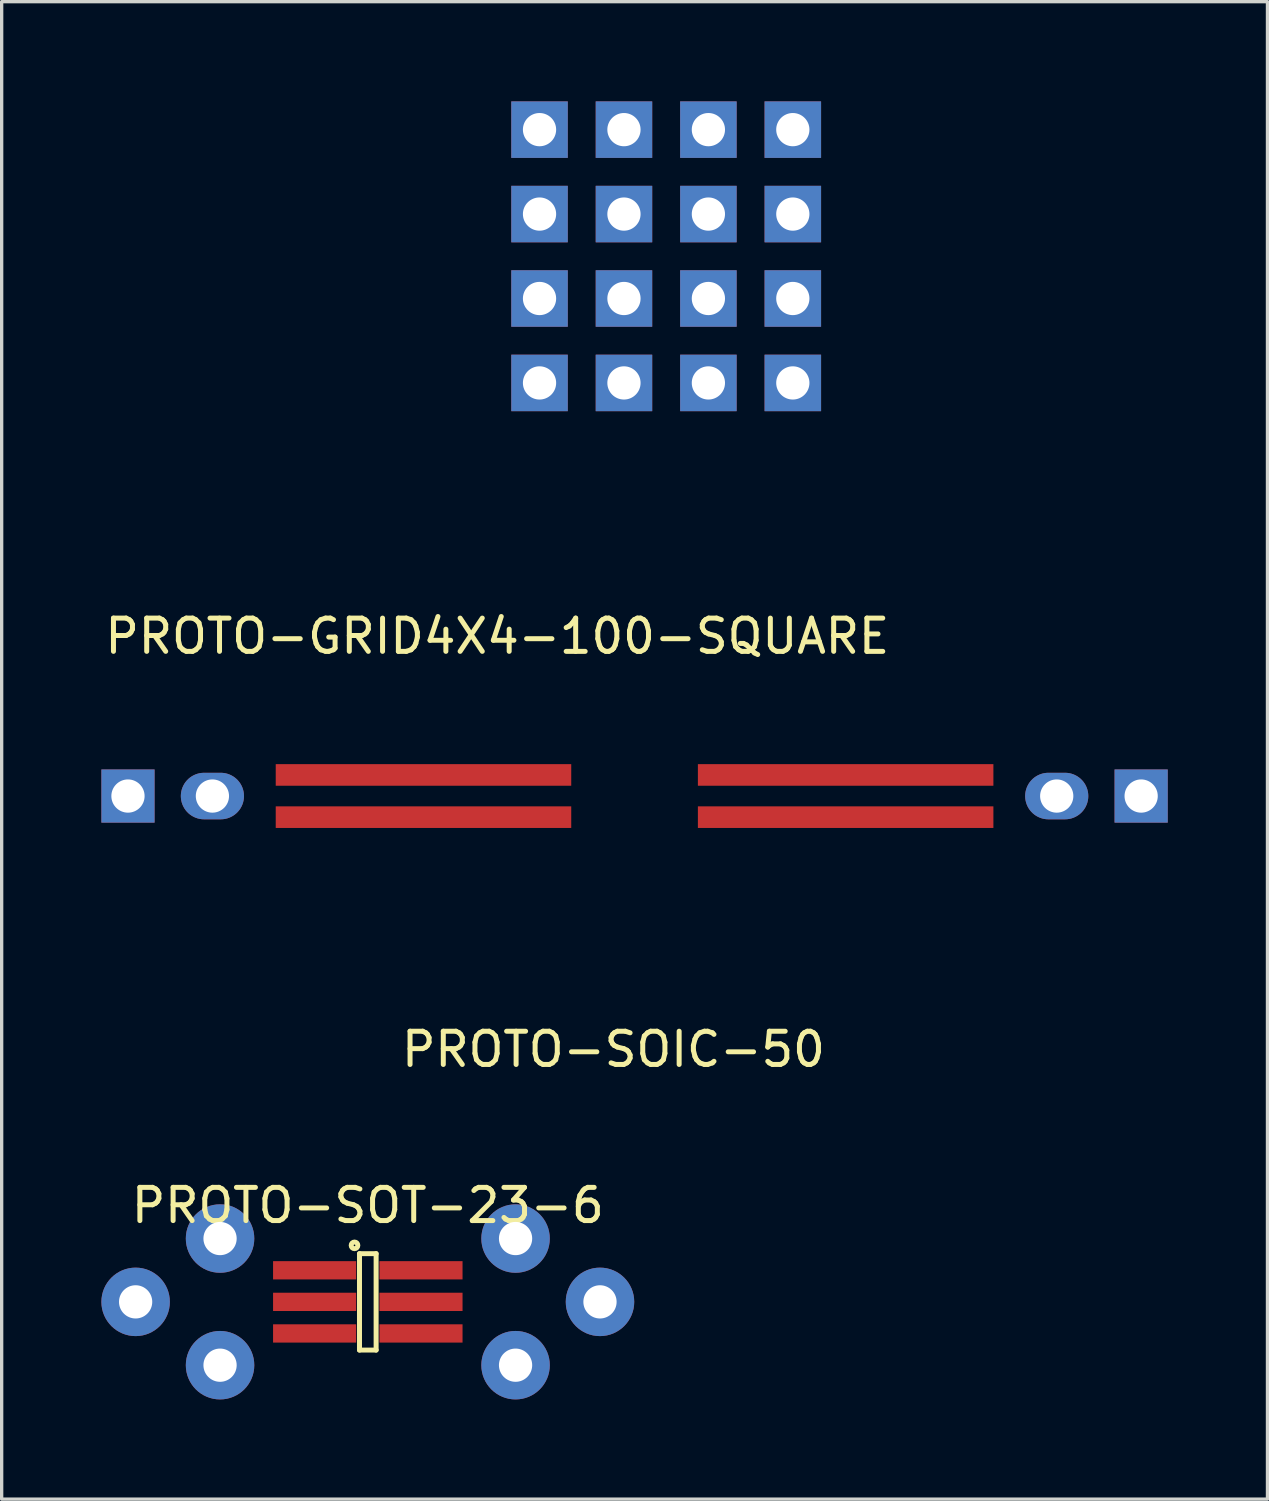
<source format=kicad_pcb>
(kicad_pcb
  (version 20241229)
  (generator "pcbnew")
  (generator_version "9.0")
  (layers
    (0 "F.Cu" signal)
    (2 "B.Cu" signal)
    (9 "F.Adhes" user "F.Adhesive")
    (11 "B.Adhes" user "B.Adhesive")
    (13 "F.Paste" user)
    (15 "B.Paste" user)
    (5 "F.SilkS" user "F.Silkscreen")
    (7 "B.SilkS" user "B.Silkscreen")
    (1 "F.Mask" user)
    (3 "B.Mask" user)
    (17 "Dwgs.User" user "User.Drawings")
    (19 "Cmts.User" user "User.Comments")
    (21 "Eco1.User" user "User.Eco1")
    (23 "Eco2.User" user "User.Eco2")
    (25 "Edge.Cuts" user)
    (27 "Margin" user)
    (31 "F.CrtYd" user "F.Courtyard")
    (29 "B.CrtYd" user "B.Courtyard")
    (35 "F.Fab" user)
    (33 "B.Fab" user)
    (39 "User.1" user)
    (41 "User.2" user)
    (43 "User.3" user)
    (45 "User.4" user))
  (footprint "PROTO-SOT-23-6"
    (layer "F.Cu")
    (at 8.015 36.115)
    (property "Reference" "PROTO-SOT-23-6" (at 0 -2.9 0) (layer "F.SilkS") (effects (font (size 1 1) (thickness 0.15))))
    (attr smd)
    (fp_line (start -0.25 -1.45) (end -0.25 1.45) (stroke (width 0.15) (type solid)) (layer "F.SilkS"))
    (fp_line (start -0.25 1.45) (end 0.25 1.45) (stroke (width 0.15) (type solid)) (layer "F.SilkS"))
    (fp_line (start 0.25 -1.45) (end -0.25 -1.45) (stroke (width 0.15) (type solid)) (layer "F.SilkS"))
    (fp_line (start 0.25 1.45) (end 0.25 -1.45) (stroke (width 0.15) (type solid)) (layer "F.SilkS"))
    (fp_circle (center -0.4 -1.7) (end -0.3 -1.7) (stroke (width 0.15) (type solid)) (fill no) (layer "F.SilkS"))
    (pad "1" thru_hole circle (at -4.445 -1.905) (size 2.06 2.06) (drill 1) (layers "*.Cu" "*.Mask"))
    (pad "1" smd rect (at -1.6 -0.95) (size 2.5 0.55) (layers "F.Cu" "F.Mask" "F.Paste"))
    (pad "2" thru_hole circle (at -6.985 0) (size 2.06 2.06) (drill 1) (layers "*.Cu" "*.Mask"))
    (pad "2" smd rect (at -1.6 0) (size 2.5 0.55) (layers "F.Cu" "F.Mask" "F.Paste"))
    (pad "3" thru_hole circle (at -4.445 1.905) (size 2.06 2.06) (drill 1) (layers "*.Cu" "*.Mask"))
    (pad "3" smd rect (at -1.6 0.95) (size 2.5 0.55) (layers "F.Cu" "F.Mask" "F.Paste"))
    (pad "4" smd rect (at 1.6 0.95) (size 2.5 0.55) (layers "F.Cu" "F.Mask" "F.Paste"))
    (pad "4" thru_hole circle (at 4.445 1.905) (size 2.06 2.06) (drill 1) (layers "*.Cu" "*.Mask"))
    (pad "5" smd rect (at 1.6 0) (size 2.5 0.55) (layers "F.Cu" "F.Mask" "F.Paste"))
    (pad "5" thru_hole circle (at 6.985 0) (size 2.06 2.06) (drill 1) (layers "*.Cu" "*.Mask"))
    (pad "6" smd rect (at 1.6 -0.95) (size 2.5 0.55) (layers "F.Cu" "F.Mask" "F.Paste"))
    (pad "6" thru_hole circle (at 4.445 -1.905) (size 2.06 2.06) (drill 1) (layers "*.Cu" "*.Mask")))
  (footprint "PROTO-GRID4X4-100-SQUARE"
    (layer "F.Cu")
    (at 13.181 8.47)
    (property "Reference" "PROTO-GRID4X4-100-SQUARE" (at -1.27 7.62 0) (layer "F.SilkS") (effects (font (size 1 1) (thickness 0.15))))
    (attr through_hole)
    (pad "1" thru_hole rect (at 2.54 -5.08) (size 1.7 1.7) (drill 1) (layers "*.Cu" "*.Mask"))
    (pad "2" thru_hole rect (at 5.08 -5.08) (size 1.7 1.7) (drill 1) (layers "*.Cu" "*.Mask"))
    (pad "3" thru_hole rect (at 5.08 -2.54) (size 1.7 1.7) (drill 1) (layers "*.Cu" "*.Mask"))
    (pad "4" thru_hole rect (at 2.54 -2.54) (size 1.7 1.7) (drill 1) (layers "*.Cu" "*.Mask"))
    (pad "5" thru_hole rect (at 0 -2.54) (size 1.7 1.7) (drill 1) (layers "*.Cu" "*.Mask"))
    (pad "6" thru_hole rect (at 0 -5.08) (size 1.7 1.7) (drill 1) (layers "*.Cu" "*.Mask"))
    (pad "7" thru_hole rect (at 0 -7.62) (size 1.7 1.7) (drill 1) (layers "*.Cu" "*.Mask"))
    (pad "8" thru_hole rect (at 2.54 -7.62) (size 1.7 1.7) (drill 1) (layers "*.Cu" "*.Mask"))
    (pad "9" thru_hole rect (at 5.08 -7.62) (size 1.7 1.7) (drill 1) (layers "*.Cu" "*.Mask"))
    (pad "10" thru_hole rect (at 7.62 -7.62) (size 1.7 1.7) (drill 1) (layers "*.Cu" "*.Mask"))
    (pad "11" thru_hole rect (at 7.62 -5.08) (size 1.7 1.7) (drill 1) (layers "*.Cu" "*.Mask"))
    (pad "12" thru_hole rect (at 7.62 -2.54) (size 1.7 1.7) (drill 1) (layers "*.Cu" "*.Mask"))
    (pad "13" thru_hole rect (at 7.62 0) (size 1.7 1.7) (drill 1) (layers "*.Cu" "*.Mask"))
    (pad "14" thru_hole rect (at 5.08 0) (size 1.7 1.7) (drill 1) (layers "*.Cu" "*.Mask"))
    (pad "15" thru_hole rect (at 2.54 0) (size 1.7 1.7) (drill 1) (layers "*.Cu" "*.Mask"))
    (pad "16" thru_hole rect (at 0 0) (size 1.7 1.7) (drill 1) (layers "*.Cu" "*.Mask")))
  (footprint "PROTO-SOIC-50"
    (layer "F.Cu")
    (at 16.04 20.898)
    (property "Reference" "PROTO-SOIC-50" (at -0.635 7.62 0) (layer "F.SilkS") (effects (font (size 1 1) (thickness 0.15))))
    (attr smd)
    (pad "1" thru_hole rect (at -15.24 0) (size 1.6 1.6) (drill 1) (layers "*.Cu" "*.Mask"))
    (pad "1" smd rect (at -6.35 -0.635) (size 8.89 0.65) (layers "F.Cu" "F.Mask" "F.Paste"))
    (pad "2" thru_hole oval (at -12.7 0 90) (size 1.4 1.9) (drill 1) (layers "*.Cu" "*.Mask"))
    (pad "2" smd rect (at -6.35 0.635) (size 8.89 0.65) (layers "F.Cu" "F.Mask" "F.Paste"))
    (pad "3" smd rect (at 6.35 0.635) (size 8.89 0.65) (layers "F.Cu" "F.Mask" "F.Paste"))
    (pad "3" thru_hole oval (at 12.7 0 90) (size 1.4 1.9) (drill 1) (layers "*.Cu" "*.Mask"))
    (pad "4" smd rect (at 6.35 -0.635) (size 8.89 0.65) (layers "F.Cu" "F.Mask" "F.Paste"))
    (pad "4" thru_hole rect (at 15.24 0) (size 1.6 1.6) (drill 1) (layers "*.Cu" "*.Mask")))
  (gr_rect
    (start -3 -3)
    (end 35.08 42.05)
    (stroke (width 0.1) (type default))
    (fill no)
    (layer "Edge.Cuts")))
</source>
